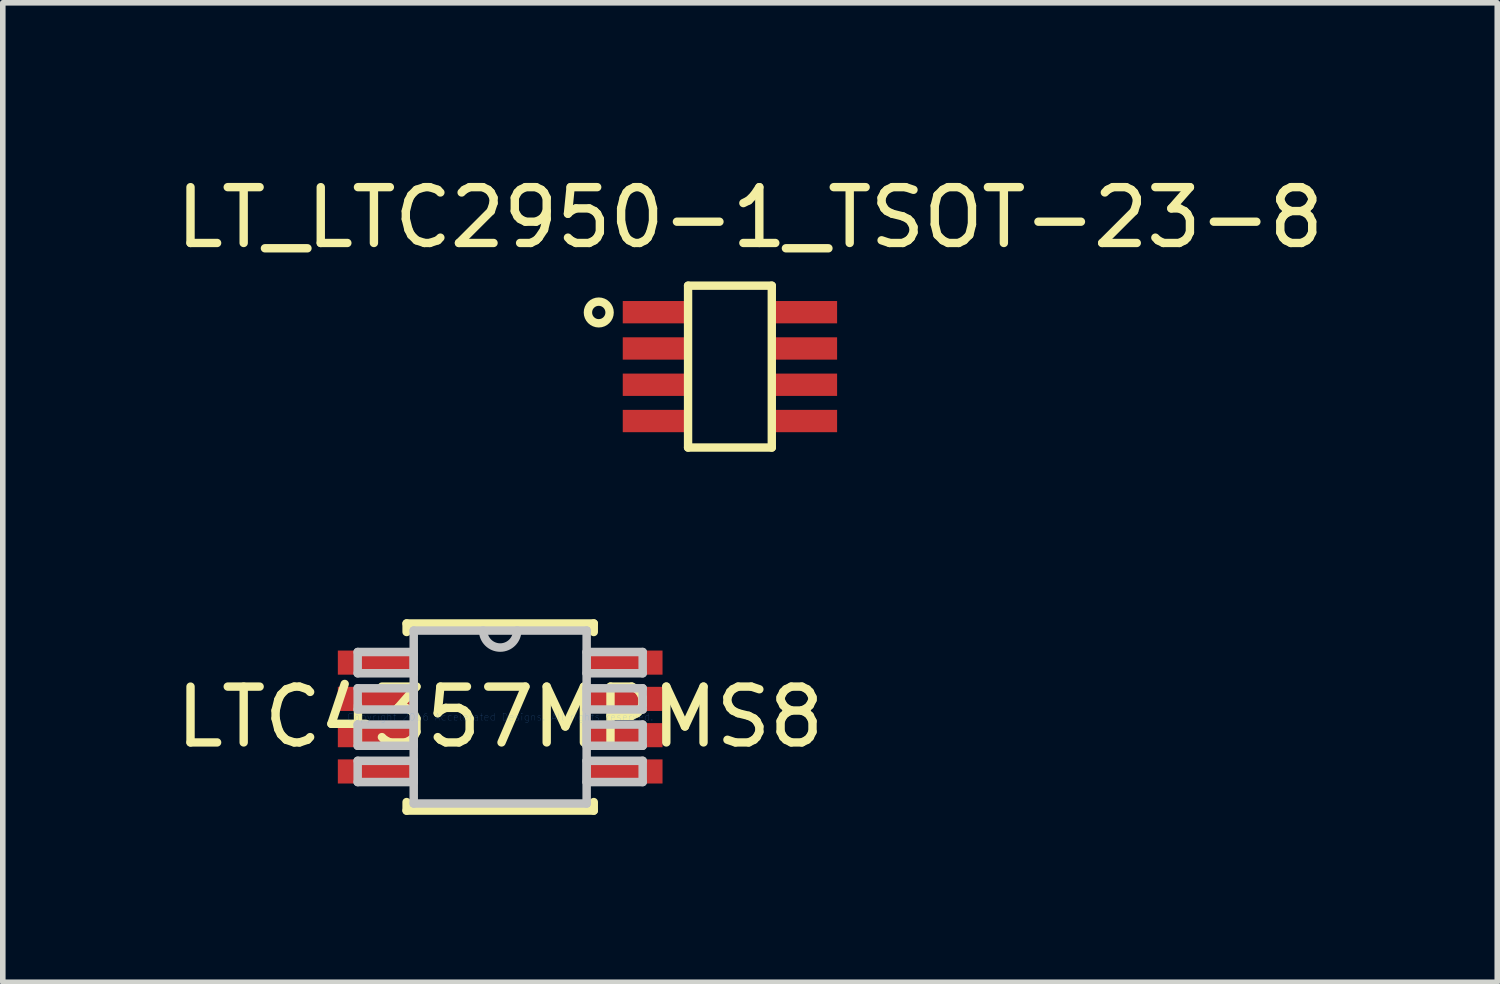
<source format=kicad_pcb>
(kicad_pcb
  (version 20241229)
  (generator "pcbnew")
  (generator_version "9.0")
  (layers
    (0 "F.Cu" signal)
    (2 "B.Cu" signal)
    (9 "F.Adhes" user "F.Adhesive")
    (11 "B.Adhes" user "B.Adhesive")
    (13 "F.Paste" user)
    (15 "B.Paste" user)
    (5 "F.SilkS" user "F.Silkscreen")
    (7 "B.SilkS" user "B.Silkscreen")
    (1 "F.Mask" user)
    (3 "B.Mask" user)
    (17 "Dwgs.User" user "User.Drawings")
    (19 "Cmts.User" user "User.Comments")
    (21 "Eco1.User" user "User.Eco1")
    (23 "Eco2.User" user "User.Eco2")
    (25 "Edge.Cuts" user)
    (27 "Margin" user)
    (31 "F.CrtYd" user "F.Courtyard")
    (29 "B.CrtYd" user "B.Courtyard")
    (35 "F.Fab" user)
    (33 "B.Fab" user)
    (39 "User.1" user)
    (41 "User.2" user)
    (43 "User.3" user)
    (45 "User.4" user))
  (footprint "LT_LTC2950-1_TSOT-23-8"
    (layer "F.Cu")
    (at 10.027 3.518)
    (property "Reference" "LT_LTC2950-1_TSOT-23-8" (at 0.36 -2.67 0) (layer "F.SilkS") (effects (font (size 1 1) (thickness 0.15))))
    (attr through_hole)
    (fp_line (start -0.75 -1.45) (end 0.75 -1.45) (stroke (width 0.15) (type solid)) (layer "F.SilkS"))
    (fp_line (start -0.75 1.45) (end -0.75 -1.45) (stroke (width 0.15) (type solid)) (layer "F.SilkS"))
    (fp_line (start -0.75 1.45) (end 0.75 1.45) (stroke (width 0.15) (type solid)) (layer "F.SilkS"))
    (fp_line (start 0.75 1.45) (end 0.75 -1.45) (stroke (width 0.15) (type solid)) (layer "F.SilkS"))
    (fp_circle (center -2.35 -0.97) (end -2.16 -0.93) (stroke (width 0.15) (type solid)) (fill no) (layer "F.SilkS"))
    (pad "1" smd rect (at -1.31 -0.975) (size 1.22 0.4) (layers "F.Cu" "F.Mask" "F.Paste"))
    (pad "2" smd rect (at -1.31 -0.325) (size 1.22 0.4) (layers "F.Cu" "F.Mask" "F.Paste"))
    (pad "3" smd rect (at -1.31 0.325) (size 1.22 0.4) (layers "F.Cu" "F.Mask" "F.Paste"))
    (pad "4" smd rect (at -1.31 0.975) (size 1.22 0.4) (layers "F.Cu" "F.Mask" "F.Paste"))
    (pad "5" smd rect (at 1.31 0.975) (size 1.22 0.4) (layers "F.Cu" "F.Mask" "F.Paste"))
    (pad "6" smd rect (at 1.31 0.325) (size 1.22 0.4) (layers "F.Cu" "F.Mask" "F.Paste"))
    (pad "7" smd rect (at 1.31 -0.325) (size 1.22 0.4) (layers "F.Cu" "F.Mask" "F.Paste"))
    (pad "8" smd rect (at 1.31 -0.975) (size 1.22 0.4) (layers "F.Cu" "F.Mask" "F.Paste")))
  (footprint "LTC4357MPMS8"
    (layer "F.Cu")
    (at 5.911 9.796)
    (property "Reference" "LTC4357MPMS8" (at 0 0 0) (layer "F.SilkS") (effects (font (size 1 1) (thickness 0.15))))
    (attr through_hole)
    (fp_line (start -1.676 -1.676) (end -1.676 -1.524) (stroke (width 0.152) (type solid)) (layer "F.SilkS"))
    (fp_line (start -1.676 1.524) (end -1.676 1.676) (stroke (width 0.152) (type solid)) (layer "F.SilkS"))
    (fp_line (start -1.676 1.676) (end 1.676 1.676) (stroke (width 0.152) (type solid)) (layer "F.SilkS"))
    (fp_line (start 1.676 -1.676) (end -1.676 -1.676) (stroke (width 0.152) (type solid)) (layer "F.SilkS"))
    (fp_line (start 1.676 -1.524) (end 1.676 -1.676) (stroke (width 0.152) (type solid)) (layer "F.SilkS"))
    (fp_line (start 1.676 1.676) (end 1.676 1.524) (stroke (width 0.152) (type solid)) (layer "F.SilkS"))
    (fp_line (start -2.553 -1.165) (end -2.553 -0.784) (stroke (width 0.152) (type solid)) (layer "Dwgs.User"))
    (fp_line (start -2.553 -0.784) (end -1.549 -0.784) (stroke (width 0.152) (type solid)) (layer "Dwgs.User"))
    (fp_line (start -2.553 -0.515) (end -2.553 -0.135) (stroke (width 0.152) (type solid)) (layer "Dwgs.User"))
    (fp_line (start -2.553 -0.135) (end -1.549 -0.135) (stroke (width 0.152) (type solid)) (layer "Dwgs.User"))
    (fp_line (start -2.553 0.135) (end -2.553 0.515) (stroke (width 0.152) (type solid)) (layer "Dwgs.User"))
    (fp_line (start -2.553 0.515) (end -1.549 0.515) (stroke (width 0.152) (type solid)) (layer "Dwgs.User"))
    (fp_line (start -2.553 0.784) (end -2.553 1.165) (stroke (width 0.152) (type solid)) (layer "Dwgs.User"))
    (fp_line (start -2.553 1.165) (end -1.549 1.165) (stroke (width 0.152) (type solid)) (layer "Dwgs.User"))
    (fp_line (start -1.549 -1.549) (end -1.549 1.549) (stroke (width 0.152) (type solid)) (layer "Dwgs.User"))
    (fp_line (start -1.549 -1.165) (end -2.553 -1.165) (stroke (width 0.152) (type solid)) (layer "Dwgs.User"))
    (fp_line (start -1.549 -0.784) (end -1.549 -1.165) (stroke (width 0.152) (type solid)) (layer "Dwgs.User"))
    (fp_line (start -1.549 -0.515) (end -2.553 -0.515) (stroke (width 0.152) (type solid)) (layer "Dwgs.User"))
    (fp_line (start -1.549 -0.135) (end -1.549 -0.515) (stroke (width 0.152) (type solid)) (layer "Dwgs.User"))
    (fp_line (start -1.549 0.135) (end -2.553 0.135) (stroke (width 0.152) (type solid)) (layer "Dwgs.User"))
    (fp_line (start -1.549 0.515) (end -1.549 0.135) (stroke (width 0.152) (type solid)) (layer "Dwgs.User"))
    (fp_line (start -1.549 0.784) (end -2.553 0.784) (stroke (width 0.152) (type solid)) (layer "Dwgs.User"))
    (fp_line (start -1.549 1.165) (end -1.549 0.784) (stroke (width 0.152) (type solid)) (layer "Dwgs.User"))
    (fp_line (start -1.549 1.549) (end 1.549 1.549) (stroke (width 0.152) (type solid)) (layer "Dwgs.User"))
    (fp_line (start 1.549 -1.549) (end -1.549 -1.549) (stroke (width 0.152) (type solid)) (layer "Dwgs.User"))
    (fp_line (start 1.549 -1.165) (end 1.549 -0.784) (stroke (width 0.152) (type solid)) (layer "Dwgs.User"))
    (fp_line (start 1.549 -0.784) (end 2.553 -0.784) (stroke (width 0.152) (type solid)) (layer "Dwgs.User"))
    (fp_line (start 1.549 -0.515) (end 1.549 -0.135) (stroke (width 0.152) (type solid)) (layer "Dwgs.User"))
    (fp_line (start 1.549 -0.135) (end 2.553 -0.135) (stroke (width 0.152) (type solid)) (layer "Dwgs.User"))
    (fp_line (start 1.549 0.135) (end 1.549 0.515) (stroke (width 0.152) (type solid)) (layer "Dwgs.User"))
    (fp_line (start 1.549 0.515) (end 2.553 0.515) (stroke (width 0.152) (type solid)) (layer "Dwgs.User"))
    (fp_line (start 1.549 0.784) (end 1.549 1.165) (stroke (width 0.152) (type solid)) (layer "Dwgs.User"))
    (fp_line (start 1.549 1.165) (end 2.553 1.165) (stroke (width 0.152) (type solid)) (layer "Dwgs.User"))
    (fp_line (start 1.549 1.549) (end 1.549 -1.549) (stroke (width 0.152) (type solid)) (layer "Dwgs.User"))
    (fp_line (start 2.553 -1.165) (end 1.549 -1.165) (stroke (width 0.152) (type solid)) (layer "Dwgs.User"))
    (fp_line (start 2.553 -0.784) (end 2.553 -1.165) (stroke (width 0.152) (type solid)) (layer "Dwgs.User"))
    (fp_line (start 2.553 -0.515) (end 1.549 -0.515) (stroke (width 0.152) (type solid)) (layer "Dwgs.User"))
    (fp_line (start 2.553 -0.135) (end 2.553 -0.515) (stroke (width 0.152) (type solid)) (layer "Dwgs.User"))
    (fp_line (start 2.553 0.135) (end 1.549 0.135) (stroke (width 0.152) (type solid)) (layer "Dwgs.User"))
    (fp_line (start 2.553 0.515) (end 2.553 0.135) (stroke (width 0.152) (type solid)) (layer "Dwgs.User"))
    (fp_line (start 2.553 0.784) (end 1.549 0.784) (stroke (width 0.152) (type solid)) (layer "Dwgs.User"))
    (fp_line (start 2.553 1.165) (end 2.553 0.784) (stroke (width 0.152) (type solid)) (layer "Dwgs.User"))
    (fp_arc (start 0.3048 -1.5494) (mid 0 -1.2446) (end -0.3048 -1.5494) (stroke (width 0.1524) (type solid)) (layer "Dwgs.User"))
    (fp_text user "Copyright 2016 Accelerated Designs. All rights reserved." (at 0 0 0) (layer "Cmts.User") (effects (font (size 0.127 0.127) (thickness 0.002))))
    (pad "1" smd rect (at -2.21 -0.975) (size 1.397 0.432) (layers "F.Cu"))
    (pad "2" smd rect (at -2.21 -0.325) (size 1.397 0.432) (layers "F.Cu"))
    (pad "3" smd rect (at -2.21 0.325) (size 1.397 0.432) (layers "F.Cu"))
    (pad "4" smd rect (at -2.21 0.975) (size 1.397 0.432) (layers "F.Cu"))
    (pad "5" smd rect (at 2.21 0.975) (size 1.397 0.432) (layers "F.Cu"))
    (pad "6" smd rect (at 2.21 0.325) (size 1.397 0.432) (layers "F.Cu"))
    (pad "7" smd rect (at 2.21 -0.325) (size 1.397 0.432) (layers "F.Cu"))
    (pad "8" smd rect (at 2.21 -0.975) (size 1.397 0.432) (layers "F.Cu")))
  (gr_rect
    (start -3 -3)
    (end 23.774 14.548)
    (stroke (width 0.1) (type default))
    (fill no)
    (layer "Edge.Cuts")))
</source>
